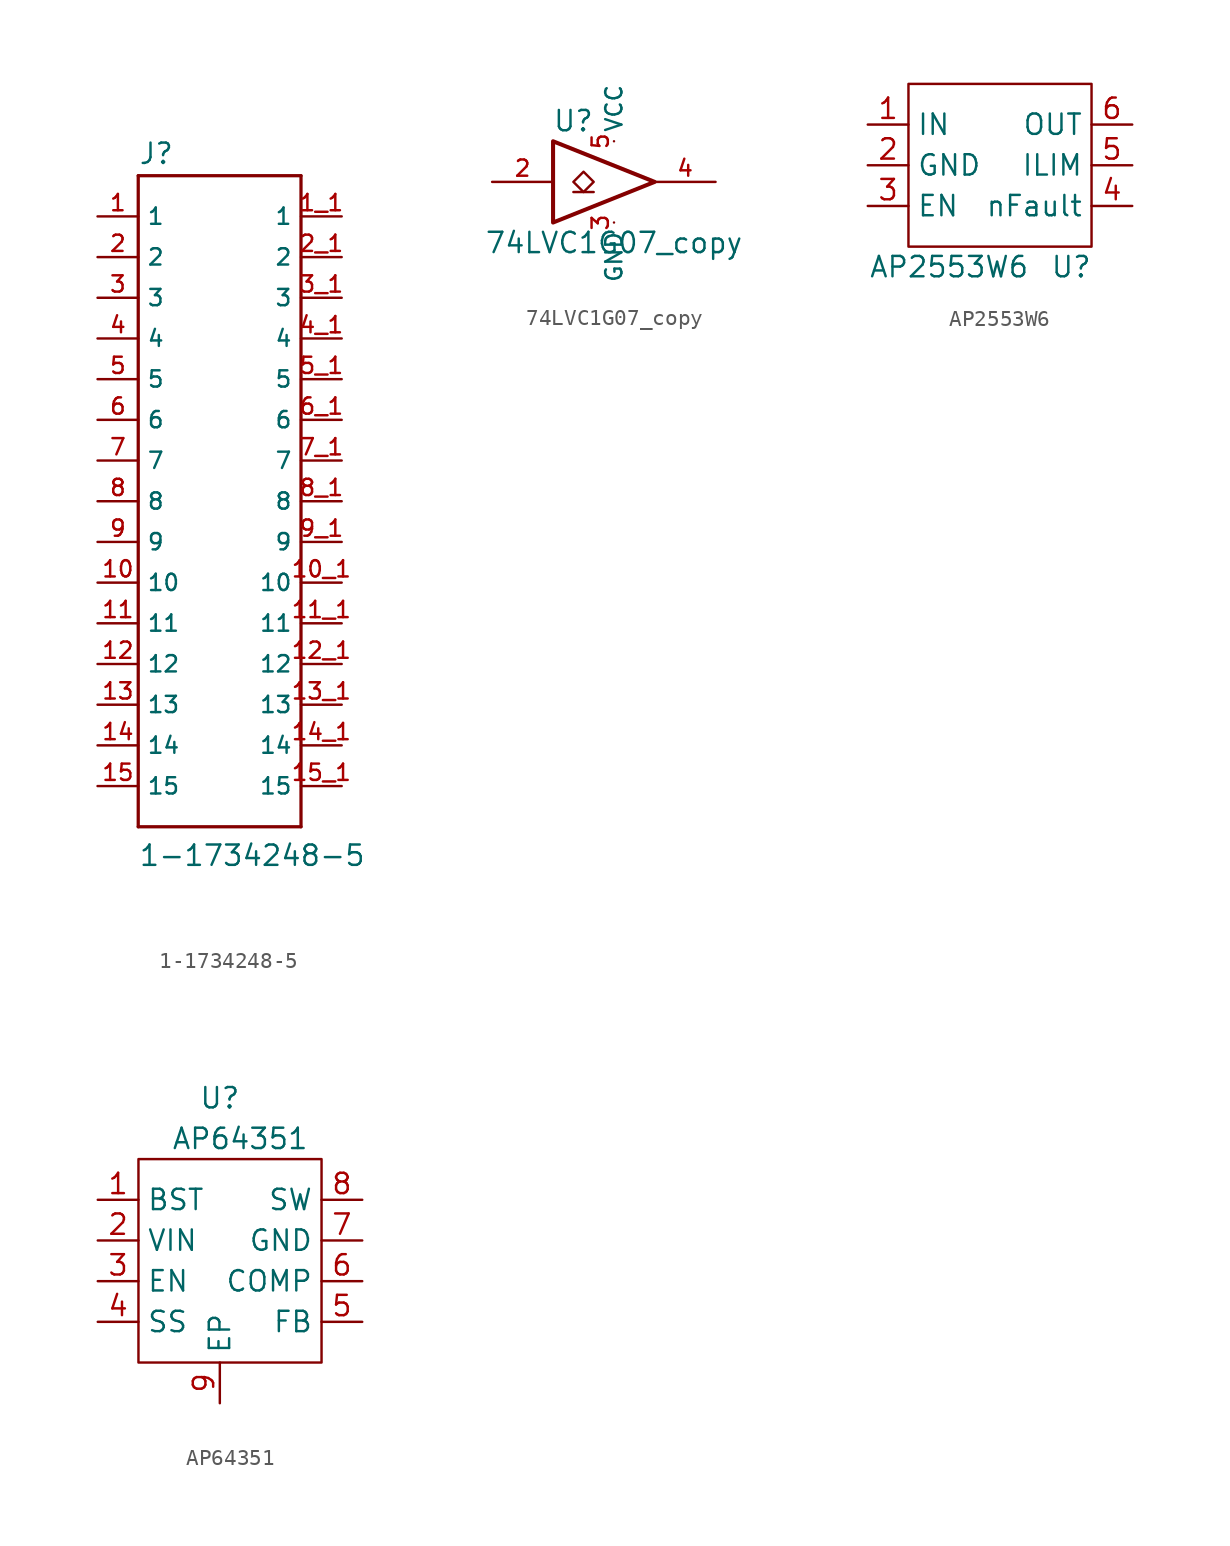
<source format=kicad_sym>
(kicad_symbol_lib
  (version 20201005)
  (generator kicad_symbol_editor)
  (symbol "cm4crypto:1-1734248-5"
    (property "Reference" "J"
      (at -5.08 20.955 0)
      (effects (font (size 1.27 1.27)) (justify left bottom)))
    (property "Value" "1-1734248-5"
      (at -5.08 -22.86 0)
      (effects (font (size 1.27 1.27)) (justify left bottom)))
    (symbol "1-1734248-5_0_0"
      (polyline (pts (xy -5.08 -20.32) (xy 5.08 -20.32)) (stroke (width 0.203)) (fill (type none)))
      (polyline (pts (xy -5.08 20.32) (xy -5.08 -20.32)) (stroke (width 0.203)) (fill (type none)))
      (polyline (pts (xy 5.08 -20.32) (xy 5.08 20.32)) (stroke (width 0.203)) (fill (type none)))
      (polyline (pts (xy 5.08 20.32) (xy -5.08 20.32)) (stroke (width 0.203)) (fill (type none)))
      (pin passive line (at -7.62 17.78 0) (length 2.54) (name "1" (effects (font (size 1.016 1.016)))) (number "1" (effects (font (size 1.016 1.016)))))
      (pin passive line (at -7.62 -5.08 0) (length 2.54) (name "10" (effects (font (size 1.016 1.016)))) (number "10" (effects (font (size 1.016 1.016)))))
      (pin passive line (at 7.62 -5.08 180) (length 2.54) (name "10" (effects (font (size 1.016 1.016)))) (number "10_1" (effects (font (size 1.016 1.016)))))
      (pin passive line (at -7.62 -7.62 0) (length 2.54) (name "11" (effects (font (size 1.016 1.016)))) (number "11" (effects (font (size 1.016 1.016)))))
      (pin passive line (at 7.62 -7.62 180) (length 2.54) (name "11" (effects (font (size 1.016 1.016)))) (number "11_1" (effects (font (size 1.016 1.016)))))
      (pin passive line (at -7.62 -10.16 0) (length 2.54) (name "12" (effects (font (size 1.016 1.016)))) (number "12" (effects (font (size 1.016 1.016)))))
      (pin passive line (at 7.62 -10.16 180) (length 2.54) (name "12" (effects (font (size 1.016 1.016)))) (number "12_1" (effects (font (size 1.016 1.016)))))
      (pin passive line (at -7.62 -12.7 0) (length 2.54) (name "13" (effects (font (size 1.016 1.016)))) (number "13" (effects (font (size 1.016 1.016)))))
      (pin passive line (at 7.62 -12.7 180) (length 2.54) (name "13" (effects (font (size 1.016 1.016)))) (number "13_1" (effects (font (size 1.016 1.016)))))
      (pin passive line (at -7.62 -15.24 0) (length 2.54) (name "14" (effects (font (size 1.016 1.016)))) (number "14" (effects (font (size 1.016 1.016)))))
      (pin passive line (at 7.62 -15.24 180) (length 2.54) (name "14" (effects (font (size 1.016 1.016)))) (number "14_1" (effects (font (size 1.016 1.016)))))
      (pin passive line (at -7.62 -17.78 0) (length 2.54) (name "15" (effects (font (size 1.016 1.016)))) (number "15" (effects (font (size 1.016 1.016)))))
      (pin passive line (at 7.62 -17.78 180) (length 2.54) (name "15" (effects (font (size 1.016 1.016)))) (number "15_1" (effects (font (size 1.016 1.016)))))
      (pin passive line (at 7.62 17.78 180) (length 2.54) (name "1" (effects (font (size 1.016 1.016)))) (number "1_1" (effects (font (size 1.016 1.016)))))
      (pin passive line (at -7.62 15.24 0) (length 2.54) (name "2" (effects (font (size 1.016 1.016)))) (number "2" (effects (font (size 1.016 1.016)))))
      (pin passive line (at 7.62 15.24 180) (length 2.54) (name "2" (effects (font (size 1.016 1.016)))) (number "2_1" (effects (font (size 1.016 1.016)))))
      (pin passive line (at -7.62 12.7 0) (length 2.54) (name "3" (effects (font (size 1.016 1.016)))) (number "3" (effects (font (size 1.016 1.016)))))
      (pin passive line (at 7.62 12.7 180) (length 2.54) (name "3" (effects (font (size 1.016 1.016)))) (number "3_1" (effects (font (size 1.016 1.016)))))
      (pin passive line (at -7.62 10.16 0) (length 2.54) (name "4" (effects (font (size 1.016 1.016)))) (number "4" (effects (font (size 1.016 1.016)))))
      (pin passive line (at 7.62 10.16 180) (length 2.54) (name "4" (effects (font (size 1.016 1.016)))) (number "4_1" (effects (font (size 1.016 1.016)))))
      (pin passive line (at -7.62 7.62 0) (length 2.54) (name "5" (effects (font (size 1.016 1.016)))) (number "5" (effects (font (size 1.016 1.016)))))
      (pin passive line (at 7.62 7.62 180) (length 2.54) (name "5" (effects (font (size 1.016 1.016)))) (number "5_1" (effects (font (size 1.016 1.016)))))
      (pin passive line (at -7.62 5.08 0) (length 2.54) (name "6" (effects (font (size 1.016 1.016)))) (number "6" (effects (font (size 1.016 1.016)))))
      (pin passive line (at 7.62 5.08 180) (length 2.54) (name "6" (effects (font (size 1.016 1.016)))) (number "6_1" (effects (font (size 1.016 1.016)))))
      (pin passive line (at -7.62 2.54 0) (length 2.54) (name "7" (effects (font (size 1.016 1.016)))) (number "7" (effects (font (size 1.016 1.016)))))
      (pin passive line (at 7.62 2.54 180) (length 2.54) (name "7" (effects (font (size 1.016 1.016)))) (number "7_1" (effects (font (size 1.016 1.016)))))
      (pin passive line (at -7.62 0 0) (length 2.54) (name "8" (effects (font (size 1.016 1.016)))) (number "8" (effects (font (size 1.016 1.016)))))
      (pin passive line (at 7.62 0 180) (length 2.54) (name "8" (effects (font (size 1.016 1.016)))) (number "8_1" (effects (font (size 1.016 1.016)))))
      (pin passive line (at -7.62 -2.54 0) (length 2.54) (name "9" (effects (font (size 1.016 1.016)))) (number "9" (effects (font (size 1.016 1.016)))))
      (pin passive line (at 7.62 -2.54 180) (length 2.54) (name "9" (effects (font (size 1.016 1.016)))) (number "9_1" (effects (font (size 1.016 1.016)))))))
  (symbol "cm4crypto:74LVC1G07_copy"
    (property "Reference" "U"
      (at -2.54 3.81 0)
      (effects (font (size 1.27 1.27))))
    (property "Value" "74LVC1G07_copy"
      (at 0 -3.81 0)
      (effects (font (size 1.27 1.27))))
    (symbol "74LVC1G07_copy_0_1"
      (polyline (pts (xy -2.54 -0.635) (xy -1.27 -0.635)) (stroke (width 0)) (fill (type none)))
      (polyline (pts (xy -3.81 2.54) (xy -3.81 -2.54) (xy 2.54 0) (xy -3.81 2.54)) (stroke (width 0.254)) (fill (type none)))
      (polyline (pts (xy -1.905 0.635) (xy -2.54 0) (xy -1.905 -0.635) (xy -1.27 0) (xy -1.905 0.635)) (stroke (width 0)) (fill (type none))))
    (symbol "74LVC1G07_copy_1_1"
      (pin input line (at -7.62 0 0) (length 3.81) (name "~" (effects (font (size 1.016 1.016)))) (number "2" (effects (font (size 1.016 1.016)))))
      (pin power_in line (at 0 -2.54 270) (length 0) (name "GND" (effects (font (size 1.016 1.016)))) (number "3" (effects (font (size 1.016 1.016)))))
      (pin open_collector line (at 6.35 0 180) (length 3.81) (name "~" (effects (font (size 1.016 1.016)))) (number "4" (effects (font (size 1.016 1.016)))))
      (pin power_in line (at 0 2.54 90) (length 0) (name "VCC" (effects (font (size 1.016 1.016)))) (number "5" (effects (font (size 1.016 1.016)))))))
  (symbol "cm4crypto:AP2553W6"
    (property "Reference" "U"
      (at 3.81 -6.35 0)
      (effects (font (size 1.27 1.27))))
    (property "Value" "AP2553W6"
      (at -3.81 -6.35 0)
      (effects (font (size 1.27 1.27))))
    (symbol "AP2553W6_0_0"
      (pin power_in line (at -8.89 2.54 0) (length 2.54) (name "IN" (effects (font (size 1.27 1.27)))) (number "1" (effects (font (size 1.27 1.27)))))
      (pin power_out line (at -8.89 0 0) (length 2.54) (name "GND" (effects (font (size 1.27 1.27)))) (number "2" (effects (font (size 1.27 1.27)))))
      (pin input line (at -8.89 -2.54 0) (length 2.54) (name "EN" (effects (font (size 1.27 1.27)))) (number "3" (effects (font (size 1.27 1.27)))))
      (pin open_collector line (at 7.62 -2.54 180) (length 2.54) (name "nFault" (effects (font (size 1.27 1.27)))) (number "4" (effects (font (size 1.27 1.27)))))
      (pin passive line (at 7.62 0 180) (length 2.54) (name "ILIM" (effects (font (size 1.27 1.27)))) (number "5" (effects (font (size 1.27 1.27)))))
      (pin power_out line (at 7.62 2.54 180) (length 2.54) (name "OUT" (effects (font (size 1.27 1.27)))) (number "6" (effects (font (size 1.27 1.27))))))
    (symbol "AP2553W6_0_1"
      (rectangle (start -6.35 5.08) (end 5.08 -5.08) (stroke (width 0)) (fill (type none)))))
  (symbol "cm4crypto:AP64351"
    (property "Reference" "U"
      (at 0 8.89 0)
      (effects (font (size 1.27 1.27))))
    (property "Value" "AP64351"
      (at 1.27 6.35 0)
      (effects (font (size 1.27 1.27))))
    (symbol "AP64351_0_1"
      (rectangle (start -5.08 5.08) (end 6.35 -7.62) (stroke (width 0)) (fill (type none))))
    (symbol "AP64351_1_1"
      (pin passive line (at -7.62 2.54 0) (length 2.54) (name "BST" (effects (font (size 1.27 1.27)))) (number "1" (effects (font (size 1.27 1.27)))))
      (pin power_in line (at -7.62 0 0) (length 2.54) (name "VIN" (effects (font (size 1.27 1.27)))) (number "2" (effects (font (size 1.27 1.27)))))
      (pin input line (at -7.62 -2.54 0) (length 2.54) (name "EN" (effects (font (size 1.27 1.27)))) (number "3" (effects (font (size 1.27 1.27)))))
      (pin input line (at -7.62 -5.08 0) (length 2.54) (name "SS" (effects (font (size 1.27 1.27)))) (number "4" (effects (font (size 1.27 1.27)))))
      (pin input line (at 8.89 -5.08 180) (length 2.54) (name "FB" (effects (font (size 1.27 1.27)))) (number "5" (effects (font (size 1.27 1.27)))))
      (pin input line (at 8.89 -2.54 180) (length 2.54) (name "COMP" (effects (font (size 1.27 1.27)))) (number "6" (effects (font (size 1.27 1.27)))))
      (pin power_in line (at 8.89 0 180) (length 2.54) (name "GND" (effects (font (size 1.27 1.27)))) (number "7" (effects (font (size 1.27 1.27)))))
      (pin output line (at 8.89 2.54 180) (length 2.54) (name "SW" (effects (font (size 1.27 1.27)))) (number "8" (effects (font (size 1.27 1.27)))))
      (pin passive line (at 0 -10.16 90) (length 2.54) (name "EP" (effects (font (size 1.27 1.27)))) (number "9" (effects (font (size 1.27 1.27))))))))
</source>
